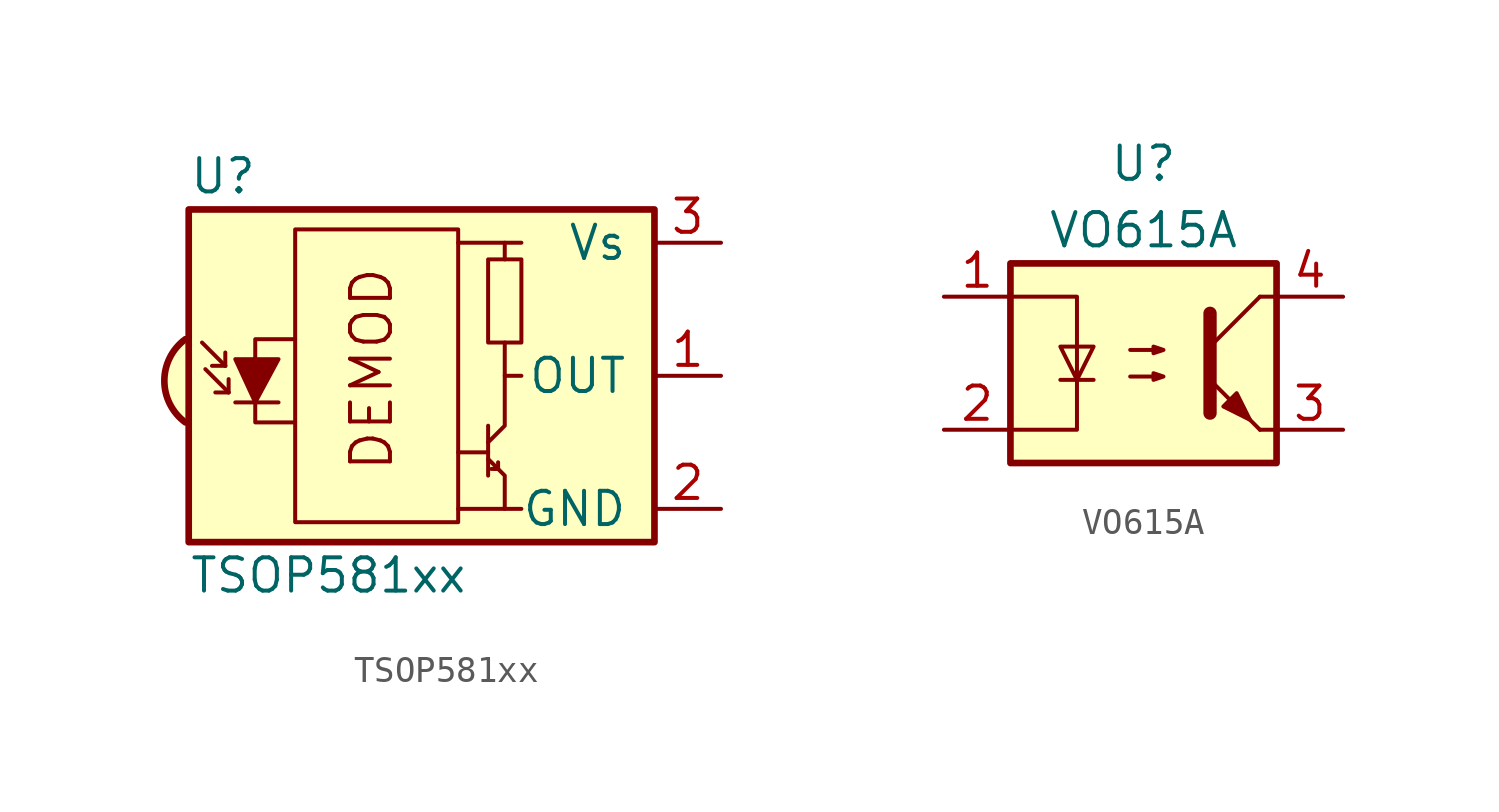
<source format=kicad_sym>
(kicad_symbol_lib
  (version 20211014)
  (generator kicad_symbol_editor)
  (symbol "TSOP581xx"
    (pin_names
      (offset 1.016))
    (property "Reference" "U"
      (at -10.16 7.62 0)
      (effects (font (size 1.27 1.27)) (justify left)))
    (property "Value" "TSOP581xx"
      (at -10.16 -7.62 0)
      (effects (font (size 1.27 1.27)) (justify left)))
    (symbol "TSOP581xx_0_0"
      (arc (start -10.287 1.397) (mid -11.0899 -0.1852) (end -10.287 -1.778) (stroke (width 0.254) (type default) (color 0 0 0 0)) (fill (type background)))
      (polyline (pts (xy 1.905 -5.08) (xy 0.127 -5.08)) (stroke (width 0) (type default) (color 0 0 0 0)) (fill (type none)))
      (polyline (pts (xy 1.905 5.08) (xy 0.127 5.08)) (stroke (width 0) (type default) (color 0 0 0 0)) (fill (type none)))
      (text "DEMOD" (at -3.175 0.254 900) (effects (font (size 1.524 1.524)))))
    (symbol "TSOP581xx_0_1"
      (rectangle (start -6.096 5.588) (end 0.127 -5.588) (stroke (width 0) (type default) (color 0 0 0 0)) (fill (type none)))
      (polyline (pts (xy -8.763 0.381) (xy -9.652 1.27)) (stroke (width 0) (type default) (color 0 0 0 0)) (fill (type none)))
      (polyline (pts (xy -8.763 0.381) (xy -9.271 0.381)) (stroke (width 0) (type default) (color 0 0 0 0)) (fill (type none)))
      (polyline (pts (xy -8.763 0.381) (xy -8.763 0.889)) (stroke (width 0) (type default) (color 0 0 0 0)) (fill (type none)))
      (polyline (pts (xy -8.636 -0.635) (xy -9.525 0.254)) (stroke (width 0) (type default) (color 0 0 0 0)) (fill (type none)))
      (polyline (pts (xy -8.636 -0.635) (xy -9.144 -0.635)) (stroke (width 0) (type default) (color 0 0 0 0)) (fill (type none)))
      (polyline (pts (xy -8.636 -0.635) (xy -8.636 -0.127)) (stroke (width 0) (type default) (color 0 0 0 0)) (fill (type none)))
      (polyline (pts (xy -8.382 -1.016) (xy -6.731 -1.016)) (stroke (width 0) (type default) (color 0 0 0 0)) (fill (type none)))
      (polyline (pts (xy 1.27 -2.921) (xy 0.127 -2.921)) (stroke (width 0) (type default) (color 0 0 0 0)) (fill (type none)))
      (polyline (pts (xy 1.27 -1.905) (xy 1.27 -3.81)) (stroke (width 0) (type default) (color 0 0 0 0)) (fill (type none)))
      (polyline (pts (xy 1.397 -3.556) (xy 1.524 -3.556)) (stroke (width 0) (type default) (color 0 0 0 0)) (fill (type none)))
      (polyline (pts (xy 1.651 -3.556) (xy 1.524 -3.556)) (stroke (width 0) (type default) (color 0 0 0 0)) (fill (type none)))
      (polyline (pts (xy 1.651 -3.556) (xy 1.651 -3.302)) (stroke (width 0) (type default) (color 0 0 0 0)) (fill (type none)))
      (polyline (pts (xy 1.905 0) (xy 1.905 1.27)) (stroke (width 0) (type default) (color 0 0 0 0)) (fill (type none)))
      (polyline (pts (xy 1.905 4.445) (xy 1.905 5.08) (xy 2.54 5.08)) (stroke (width 0) (type default) (color 0 0 0 0)) (fill (type none)))
      (polyline (pts (xy -8.382 0.635) (xy -6.731 0.635) (xy -7.62 -1.016) (xy -8.382 0.635)) (stroke (width 0) (type default) (color 0 0 0 0)) (fill (type outline)))
      (polyline (pts (xy -6.096 1.397) (xy -7.62 1.397) (xy -7.62 -1.778) (xy -6.096 -1.778)) (stroke (width 0) (type default) (color 0 0 0 0)) (fill (type none)))
      (polyline (pts (xy 1.27 -3.175) (xy 1.905 -3.81) (xy 1.905 -5.08) (xy 2.54 -5.08)) (stroke (width 0) (type default) (color 0 0 0 0)) (fill (type none)))
      (polyline (pts (xy 1.27 -2.54) (xy 1.905 -1.905) (xy 1.905 0) (xy 2.54 0)) (stroke (width 0) (type default) (color 0 0 0 0)) (fill (type none)))
      (rectangle (start 2.54 1.27) (end 1.27 4.445) (stroke (width 0) (type default) (color 0 0 0 0)) (fill (type none)))
      (rectangle (start 7.62 6.35) (end -10.16 -6.35) (stroke (width 0.254) (type default) (color 0 0 0 0)) (fill (type background))))
    (symbol "TSOP581xx_1_1"
      (pin output line (at 10.16 0 180) (length 2.54) (name "OUT" (effects (font (size 1.27 1.27)))) (number "1" (effects (font (size 1.27 1.27)))))
      (pin power_in line (at 10.16 -5.08 180) (length 2.54) (name "GND" (effects (font (size 1.27 1.27)))) (number "2" (effects (font (size 1.27 1.27)))))
      (pin power_in line (at 10.16 5.08 180) (length 2.54) (name "Vs" (effects (font (size 1.27 1.27)))) (number "3" (effects (font (size 1.27 1.27)))))))
  (symbol "VO615A"
    (pin_names
      (offset 0.025))
    (property "Reference" "U"
      (at 0 7.62 0)
      (effects (font (size 1.27 1.27))))
    (property "Value" "VO615A"
      (at 0 5.08 0)
      (effects (font (size 1.27 1.27))))
    (symbol "VO615A_0_1"
      (rectangle (start -5.08 3.81) (end 5.08 -3.81) (stroke (width 0.254) (type default) (color 0 0 0 0)) (fill (type background)))
      (polyline (pts (xy -3.175 -0.635) (xy -1.905 -0.635)) (stroke (width 0) (type default) (color 0 0 0 0)) (fill (type none)))
      (polyline (pts (xy 2.54 0.635) (xy 4.445 2.54)) (stroke (width 0) (type default) (color 0 0 0 0)) (fill (type none)))
      (polyline (pts (xy 4.445 -2.54) (xy 2.54 -0.635)) (stroke (width 0) (type default) (color 0 0 0 0)) (fill (type outline)))
      (polyline (pts (xy 4.445 -2.54) (xy 5.08 -2.54)) (stroke (width 0) (type default) (color 0 0 0 0)) (fill (type none)))
      (polyline (pts (xy 4.445 2.54) (xy 5.08 2.54)) (stroke (width 0) (type default) (color 0 0 0 0)) (fill (type none)))
      (polyline (pts (xy 2.54 1.905) (xy 2.54 -1.905) (xy 2.54 -1.905)) (stroke (width 0.508) (type default) (color 0 0 0 0)) (fill (type none)))
      (polyline (pts (xy -5.08 2.54) (xy -2.54 2.54) (xy -2.54 -2.54) (xy -5.08 -2.54)) (stroke (width 0) (type default) (color 0 0 0 0)) (fill (type none)))
      (polyline (pts (xy -2.54 -0.635) (xy -3.175 0.635) (xy -1.905 0.635) (xy -2.54 -0.635)) (stroke (width 0) (type default) (color 0 0 0 0)) (fill (type none)))
      (polyline (pts (xy -0.508 -0.508) (xy 0.762 -0.508) (xy 0.381 -0.635) (xy 0.381 -0.381) (xy 0.762 -0.508)) (stroke (width 0) (type default) (color 0 0 0 0)) (fill (type none)))
      (polyline (pts (xy -0.508 0.508) (xy 0.762 0.508) (xy 0.381 0.381) (xy 0.381 0.635) (xy 0.762 0.508)) (stroke (width 0) (type default) (color 0 0 0 0)) (fill (type none)))
      (polyline (pts (xy 3.048 -1.651) (xy 3.556 -1.143) (xy 4.064 -2.159) (xy 3.048 -1.651) (xy 3.048 -1.651)) (stroke (width 0) (type default) (color 0 0 0 0)) (fill (type outline))))
    (symbol "VO615A_1_1"
      (pin passive line (at -7.62 2.54 0) (length 2.54) (name "~" (effects (font (size 1.27 1.27)))) (number "1" (effects (font (size 1.27 1.27)))))
      (pin passive line (at -7.62 -2.54 0) (length 2.54) (name "~" (effects (font (size 1.27 1.27)))) (number "2" (effects (font (size 1.27 1.27)))))
      (pin passive line (at 7.62 -2.54 180) (length 2.54) (name "~" (effects (font (size 1.27 1.27)))) (number "3" (effects (font (size 1.27 1.27)))))
      (pin passive line (at 7.62 2.54 180) (length 2.54) (name "~" (effects (font (size 1.27 1.27)))) (number "4" (effects (font (size 1.27 1.27))))))))
</source>
